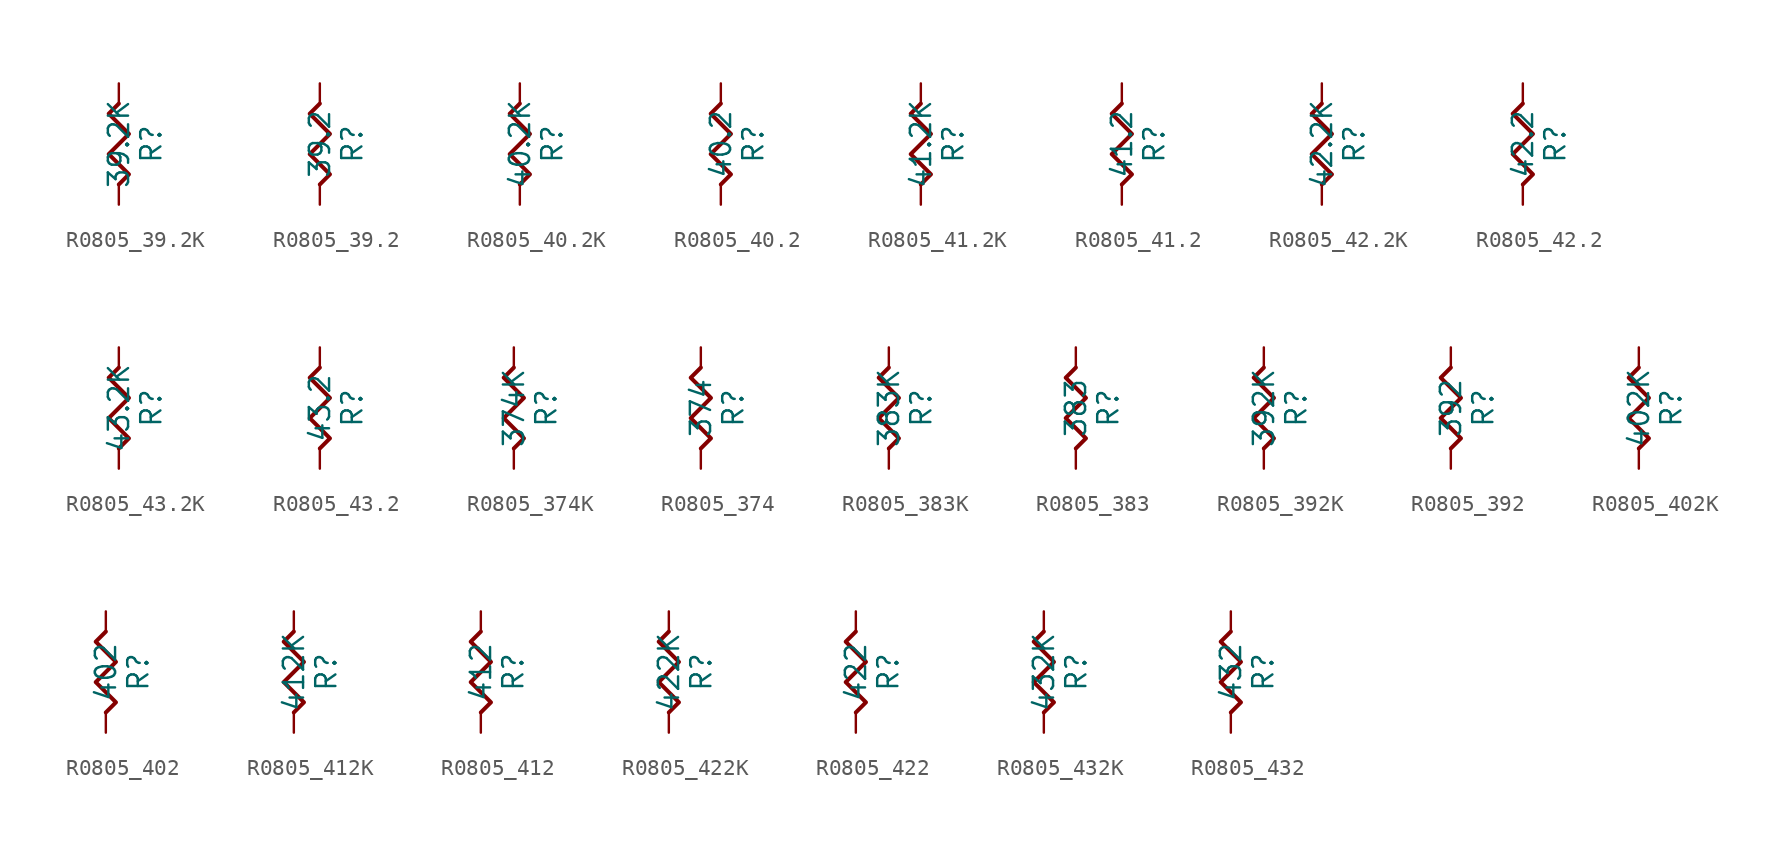
<source format=kicad_sym>
(kicad_symbol_lib
  (version 20211014)
  (generator atlantix-eda)
  (symbol "R0805_39.2K"
    (pin_numbers hide)
    (pin_names
      (offset 0))
    (property "Reference" "R"
      (at 2.032 0 90)
      (effects (font (size 1.27 1.27))))
    (property "Value" "39.2K"
      (at 0 0 90)
      (effects (font (size 1.27 1.27))))
    (symbol "R0805_39.2K_0_1"
      (polyline (pts (xy 0 -2.54) (xy 0.635 -1.905) (xy -0.635 -0.635) (xy 0.635 0.635) (xy -0.635 1.905) (xy 0 2.54)) (stroke (width 0.254) (type default) (color 0 0 0 0)) (fill (type none))))
    (symbol "R0805_39.2K_1_1"
      (pin passive line (at 0 3.81 270) (length 1.27) (name "~" (effects (font (size 1.27 1.27)))) (number "1" (effects (font (size 1.27 1.27)))))
      (pin passive line (at 0 -3.81 90) (length 1.27) (name "~" (effects (font (size 1.27 1.27)))) (number "2" (effects (font (size 1.27 1.27)))))))
  (symbol "R0805_39.2"
    (pin_numbers hide)
    (pin_names
      (offset 0))
    (property "Reference" "R"
      (at 2.032 0 90)
      (effects (font (size 1.27 1.27))))
    (property "Value" "39.2"
      (at 0 0 90)
      (effects (font (size 1.27 1.27))))
    (symbol "R0805_39.2_0_1"
      (polyline (pts (xy 0 -2.54) (xy 0.635 -1.905) (xy -0.635 -0.635) (xy 0.635 0.635) (xy -0.635 1.905) (xy 0 2.54)) (stroke (width 0.254) (type default) (color 0 0 0 0)) (fill (type none))))
    (symbol "R0805_39.2_1_1"
      (pin passive line (at 0 3.81 270) (length 1.27) (name "~" (effects (font (size 1.27 1.27)))) (number "1" (effects (font (size 1.27 1.27)))))
      (pin passive line (at 0 -3.81 90) (length 1.27) (name "~" (effects (font (size 1.27 1.27)))) (number "2" (effects (font (size 1.27 1.27)))))))
  (symbol "R0805_40.2K"
    (pin_numbers hide)
    (pin_names
      (offset 0))
    (property "Reference" "R"
      (at 2.032 0 90)
      (effects (font (size 1.27 1.27))))
    (property "Value" "40.2K"
      (at 0 0 90)
      (effects (font (size 1.27 1.27))))
    (symbol "R0805_40.2K_0_1"
      (polyline (pts (xy 0 -2.54) (xy 0.635 -1.905) (xy -0.635 -0.635) (xy 0.635 0.635) (xy -0.635 1.905) (xy 0 2.54)) (stroke (width 0.254) (type default) (color 0 0 0 0)) (fill (type none))))
    (symbol "R0805_40.2K_1_1"
      (pin passive line (at 0 3.81 270) (length 1.27) (name "~" (effects (font (size 1.27 1.27)))) (number "1" (effects (font (size 1.27 1.27)))))
      (pin passive line (at 0 -3.81 90) (length 1.27) (name "~" (effects (font (size 1.27 1.27)))) (number "2" (effects (font (size 1.27 1.27)))))))
  (symbol "R0805_40.2"
    (pin_numbers hide)
    (pin_names
      (offset 0))
    (property "Reference" "R"
      (at 2.032 0 90)
      (effects (font (size 1.27 1.27))))
    (property "Value" "40.2"
      (at 0 0 90)
      (effects (font (size 1.27 1.27))))
    (symbol "R0805_40.2_0_1"
      (polyline (pts (xy 0 -2.54) (xy 0.635 -1.905) (xy -0.635 -0.635) (xy 0.635 0.635) (xy -0.635 1.905) (xy 0 2.54)) (stroke (width 0.254) (type default) (color 0 0 0 0)) (fill (type none))))
    (symbol "R0805_40.2_1_1"
      (pin passive line (at 0 3.81 270) (length 1.27) (name "~" (effects (font (size 1.27 1.27)))) (number "1" (effects (font (size 1.27 1.27)))))
      (pin passive line (at 0 -3.81 90) (length 1.27) (name "~" (effects (font (size 1.27 1.27)))) (number "2" (effects (font (size 1.27 1.27)))))))
  (symbol "R0805_41.2K"
    (pin_numbers hide)
    (pin_names
      (offset 0))
    (property "Reference" "R"
      (at 2.032 0 90)
      (effects (font (size 1.27 1.27))))
    (property "Value" "41.2K"
      (at 0 0 90)
      (effects (font (size 1.27 1.27))))
    (symbol "R0805_41.2K_0_1"
      (polyline (pts (xy 0 -2.54) (xy 0.635 -1.905) (xy -0.635 -0.635) (xy 0.635 0.635) (xy -0.635 1.905) (xy 0 2.54)) (stroke (width 0.254) (type default) (color 0 0 0 0)) (fill (type none))))
    (symbol "R0805_41.2K_1_1"
      (pin passive line (at 0 3.81 270) (length 1.27) (name "~" (effects (font (size 1.27 1.27)))) (number "1" (effects (font (size 1.27 1.27)))))
      (pin passive line (at 0 -3.81 90) (length 1.27) (name "~" (effects (font (size 1.27 1.27)))) (number "2" (effects (font (size 1.27 1.27)))))))
  (symbol "R0805_41.2"
    (pin_numbers hide)
    (pin_names
      (offset 0))
    (property "Reference" "R"
      (at 2.032 0 90)
      (effects (font (size 1.27 1.27))))
    (property "Value" "41.2"
      (at 0 0 90)
      (effects (font (size 1.27 1.27))))
    (symbol "R0805_41.2_0_1"
      (polyline (pts (xy 0 -2.54) (xy 0.635 -1.905) (xy -0.635 -0.635) (xy 0.635 0.635) (xy -0.635 1.905) (xy 0 2.54)) (stroke (width 0.254) (type default) (color 0 0 0 0)) (fill (type none))))
    (symbol "R0805_41.2_1_1"
      (pin passive line (at 0 3.81 270) (length 1.27) (name "~" (effects (font (size 1.27 1.27)))) (number "1" (effects (font (size 1.27 1.27)))))
      (pin passive line (at 0 -3.81 90) (length 1.27) (name "~" (effects (font (size 1.27 1.27)))) (number "2" (effects (font (size 1.27 1.27)))))))
  (symbol "R0805_42.2K"
    (pin_numbers hide)
    (pin_names
      (offset 0))
    (property "Reference" "R"
      (at 2.032 0 90)
      (effects (font (size 1.27 1.27))))
    (property "Value" "42.2K"
      (at 0 0 90)
      (effects (font (size 1.27 1.27))))
    (symbol "R0805_42.2K_0_1"
      (polyline (pts (xy 0 -2.54) (xy 0.635 -1.905) (xy -0.635 -0.635) (xy 0.635 0.635) (xy -0.635 1.905) (xy 0 2.54)) (stroke (width 0.254) (type default) (color 0 0 0 0)) (fill (type none))))
    (symbol "R0805_42.2K_1_1"
      (pin passive line (at 0 3.81 270) (length 1.27) (name "~" (effects (font (size 1.27 1.27)))) (number "1" (effects (font (size 1.27 1.27)))))
      (pin passive line (at 0 -3.81 90) (length 1.27) (name "~" (effects (font (size 1.27 1.27)))) (number "2" (effects (font (size 1.27 1.27)))))))
  (symbol "R0805_42.2"
    (pin_numbers hide)
    (pin_names
      (offset 0))
    (property "Reference" "R"
      (at 2.032 0 90)
      (effects (font (size 1.27 1.27))))
    (property "Value" "42.2"
      (at 0 0 90)
      (effects (font (size 1.27 1.27))))
    (symbol "R0805_42.2_0_1"
      (polyline (pts (xy 0 -2.54) (xy 0.635 -1.905) (xy -0.635 -0.635) (xy 0.635 0.635) (xy -0.635 1.905) (xy 0 2.54)) (stroke (width 0.254) (type default) (color 0 0 0 0)) (fill (type none))))
    (symbol "R0805_42.2_1_1"
      (pin passive line (at 0 3.81 270) (length 1.27) (name "~" (effects (font (size 1.27 1.27)))) (number "1" (effects (font (size 1.27 1.27)))))
      (pin passive line (at 0 -3.81 90) (length 1.27) (name "~" (effects (font (size 1.27 1.27)))) (number "2" (effects (font (size 1.27 1.27)))))))
  (symbol "R0805_43.2K"
    (pin_numbers hide)
    (pin_names
      (offset 0))
    (property "Reference" "R"
      (at 2.032 0 90)
      (effects (font (size 1.27 1.27))))
    (property "Value" "43.2K"
      (at 0 0 90)
      (effects (font (size 1.27 1.27))))
    (symbol "R0805_43.2K_0_1"
      (polyline (pts (xy 0 -2.54) (xy 0.635 -1.905) (xy -0.635 -0.635) (xy 0.635 0.635) (xy -0.635 1.905) (xy 0 2.54)) (stroke (width 0.254) (type default) (color 0 0 0 0)) (fill (type none))))
    (symbol "R0805_43.2K_1_1"
      (pin passive line (at 0 3.81 270) (length 1.27) (name "~" (effects (font (size 1.27 1.27)))) (number "1" (effects (font (size 1.27 1.27)))))
      (pin passive line (at 0 -3.81 90) (length 1.27) (name "~" (effects (font (size 1.27 1.27)))) (number "2" (effects (font (size 1.27 1.27)))))))
  (symbol "R0805_43.2"
    (pin_numbers hide)
    (pin_names
      (offset 0))
    (property "Reference" "R"
      (at 2.032 0 90)
      (effects (font (size 1.27 1.27))))
    (property "Value" "43.2"
      (at 0 0 90)
      (effects (font (size 1.27 1.27))))
    (symbol "R0805_43.2_0_1"
      (polyline (pts (xy 0 -2.54) (xy 0.635 -1.905) (xy -0.635 -0.635) (xy 0.635 0.635) (xy -0.635 1.905) (xy 0 2.54)) (stroke (width 0.254) (type default) (color 0 0 0 0)) (fill (type none))))
    (symbol "R0805_43.2_1_1"
      (pin passive line (at 0 3.81 270) (length 1.27) (name "~" (effects (font (size 1.27 1.27)))) (number "1" (effects (font (size 1.27 1.27)))))
      (pin passive line (at 0 -3.81 90) (length 1.27) (name "~" (effects (font (size 1.27 1.27)))) (number "2" (effects (font (size 1.27 1.27)))))))
  (symbol "R0805_374K"
    (pin_numbers hide)
    (pin_names
      (offset 0))
    (property "Reference" "R"
      (at 2.032 0 90)
      (effects (font (size 1.27 1.27))))
    (property "Value" "374K"
      (at 0 0 90)
      (effects (font (size 1.27 1.27))))
    (symbol "R0805_374K_0_1"
      (polyline (pts (xy 0 -2.54) (xy 0.635 -1.905) (xy -0.635 -0.635) (xy 0.635 0.635) (xy -0.635 1.905) (xy 0 2.54)) (stroke (width 0.254) (type default) (color 0 0 0 0)) (fill (type none))))
    (symbol "R0805_374K_1_1"
      (pin passive line (at 0 3.81 270) (length 1.27) (name "~" (effects (font (size 1.27 1.27)))) (number "1" (effects (font (size 1.27 1.27)))))
      (pin passive line (at 0 -3.81 90) (length 1.27) (name "~" (effects (font (size 1.27 1.27)))) (number "2" (effects (font (size 1.27 1.27)))))))
  (symbol "R0805_374"
    (pin_numbers hide)
    (pin_names
      (offset 0))
    (property "Reference" "R"
      (at 2.032 0 90)
      (effects (font (size 1.27 1.27))))
    (property "Value" "374"
      (at 0 0 90)
      (effects (font (size 1.27 1.27))))
    (symbol "R0805_374_0_1"
      (polyline (pts (xy 0 -2.54) (xy 0.635 -1.905) (xy -0.635 -0.635) (xy 0.635 0.635) (xy -0.635 1.905) (xy 0 2.54)) (stroke (width 0.254) (type default) (color 0 0 0 0)) (fill (type none))))
    (symbol "R0805_374_1_1"
      (pin passive line (at 0 3.81 270) (length 1.27) (name "~" (effects (font (size 1.27 1.27)))) (number "1" (effects (font (size 1.27 1.27)))))
      (pin passive line (at 0 -3.81 90) (length 1.27) (name "~" (effects (font (size 1.27 1.27)))) (number "2" (effects (font (size 1.27 1.27)))))))
  (symbol "R0805_383K"
    (pin_numbers hide)
    (pin_names
      (offset 0))
    (property "Reference" "R"
      (at 2.032 0 90)
      (effects (font (size 1.27 1.27))))
    (property "Value" "383K"
      (at 0 0 90)
      (effects (font (size 1.27 1.27))))
    (symbol "R0805_383K_0_1"
      (polyline (pts (xy 0 -2.54) (xy 0.635 -1.905) (xy -0.635 -0.635) (xy 0.635 0.635) (xy -0.635 1.905) (xy 0 2.54)) (stroke (width 0.254) (type default) (color 0 0 0 0)) (fill (type none))))
    (symbol "R0805_383K_1_1"
      (pin passive line (at 0 3.81 270) (length 1.27) (name "~" (effects (font (size 1.27 1.27)))) (number "1" (effects (font (size 1.27 1.27)))))
      (pin passive line (at 0 -3.81 90) (length 1.27) (name "~" (effects (font (size 1.27 1.27)))) (number "2" (effects (font (size 1.27 1.27)))))))
  (symbol "R0805_383"
    (pin_numbers hide)
    (pin_names
      (offset 0))
    (property "Reference" "R"
      (at 2.032 0 90)
      (effects (font (size 1.27 1.27))))
    (property "Value" "383"
      (at 0 0 90)
      (effects (font (size 1.27 1.27))))
    (symbol "R0805_383_0_1"
      (polyline (pts (xy 0 -2.54) (xy 0.635 -1.905) (xy -0.635 -0.635) (xy 0.635 0.635) (xy -0.635 1.905) (xy 0 2.54)) (stroke (width 0.254) (type default) (color 0 0 0 0)) (fill (type none))))
    (symbol "R0805_383_1_1"
      (pin passive line (at 0 3.81 270) (length 1.27) (name "~" (effects (font (size 1.27 1.27)))) (number "1" (effects (font (size 1.27 1.27)))))
      (pin passive line (at 0 -3.81 90) (length 1.27) (name "~" (effects (font (size 1.27 1.27)))) (number "2" (effects (font (size 1.27 1.27)))))))
  (symbol "R0805_392K"
    (pin_numbers hide)
    (pin_names
      (offset 0))
    (property "Reference" "R"
      (at 2.032 0 90)
      (effects (font (size 1.27 1.27))))
    (property "Value" "392K"
      (at 0 0 90)
      (effects (font (size 1.27 1.27))))
    (symbol "R0805_392K_0_1"
      (polyline (pts (xy 0 -2.54) (xy 0.635 -1.905) (xy -0.635 -0.635) (xy 0.635 0.635) (xy -0.635 1.905) (xy 0 2.54)) (stroke (width 0.254) (type default) (color 0 0 0 0)) (fill (type none))))
    (symbol "R0805_392K_1_1"
      (pin passive line (at 0 3.81 270) (length 1.27) (name "~" (effects (font (size 1.27 1.27)))) (number "1" (effects (font (size 1.27 1.27)))))
      (pin passive line (at 0 -3.81 90) (length 1.27) (name "~" (effects (font (size 1.27 1.27)))) (number "2" (effects (font (size 1.27 1.27)))))))
  (symbol "R0805_392"
    (pin_numbers hide)
    (pin_names
      (offset 0))
    (property "Reference" "R"
      (at 2.032 0 90)
      (effects (font (size 1.27 1.27))))
    (property "Value" "392"
      (at 0 0 90)
      (effects (font (size 1.27 1.27))))
    (symbol "R0805_392_0_1"
      (polyline (pts (xy 0 -2.54) (xy 0.635 -1.905) (xy -0.635 -0.635) (xy 0.635 0.635) (xy -0.635 1.905) (xy 0 2.54)) (stroke (width 0.254) (type default) (color 0 0 0 0)) (fill (type none))))
    (symbol "R0805_392_1_1"
      (pin passive line (at 0 3.81 270) (length 1.27) (name "~" (effects (font (size 1.27 1.27)))) (number "1" (effects (font (size 1.27 1.27)))))
      (pin passive line (at 0 -3.81 90) (length 1.27) (name "~" (effects (font (size 1.27 1.27)))) (number "2" (effects (font (size 1.27 1.27)))))))
  (symbol "R0805_402K"
    (pin_numbers hide)
    (pin_names
      (offset 0))
    (property "Reference" "R"
      (at 2.032 0 90)
      (effects (font (size 1.27 1.27))))
    (property "Value" "402K"
      (at 0 0 90)
      (effects (font (size 1.27 1.27))))
    (symbol "R0805_402K_0_1"
      (polyline (pts (xy 0 -2.54) (xy 0.635 -1.905) (xy -0.635 -0.635) (xy 0.635 0.635) (xy -0.635 1.905) (xy 0 2.54)) (stroke (width 0.254) (type default) (color 0 0 0 0)) (fill (type none))))
    (symbol "R0805_402K_1_1"
      (pin passive line (at 0 3.81 270) (length 1.27) (name "~" (effects (font (size 1.27 1.27)))) (number "1" (effects (font (size 1.27 1.27)))))
      (pin passive line (at 0 -3.81 90) (length 1.27) (name "~" (effects (font (size 1.27 1.27)))) (number "2" (effects (font (size 1.27 1.27)))))))
  (symbol "R0805_402"
    (pin_numbers hide)
    (pin_names
      (offset 0))
    (property "Reference" "R"
      (at 2.032 0 90)
      (effects (font (size 1.27 1.27))))
    (property "Value" "402"
      (at 0 0 90)
      (effects (font (size 1.27 1.27))))
    (symbol "R0805_402_0_1"
      (polyline (pts (xy 0 -2.54) (xy 0.635 -1.905) (xy -0.635 -0.635) (xy 0.635 0.635) (xy -0.635 1.905) (xy 0 2.54)) (stroke (width 0.254) (type default) (color 0 0 0 0)) (fill (type none))))
    (symbol "R0805_402_1_1"
      (pin passive line (at 0 3.81 270) (length 1.27) (name "~" (effects (font (size 1.27 1.27)))) (number "1" (effects (font (size 1.27 1.27)))))
      (pin passive line (at 0 -3.81 90) (length 1.27) (name "~" (effects (font (size 1.27 1.27)))) (number "2" (effects (font (size 1.27 1.27)))))))
  (symbol "R0805_412K"
    (pin_numbers hide)
    (pin_names
      (offset 0))
    (property "Reference" "R"
      (at 2.032 0 90)
      (effects (font (size 1.27 1.27))))
    (property "Value" "412K"
      (at 0 0 90)
      (effects (font (size 1.27 1.27))))
    (symbol "R0805_412K_0_1"
      (polyline (pts (xy 0 -2.54) (xy 0.635 -1.905) (xy -0.635 -0.635) (xy 0.635 0.635) (xy -0.635 1.905) (xy 0 2.54)) (stroke (width 0.254) (type default) (color 0 0 0 0)) (fill (type none))))
    (symbol "R0805_412K_1_1"
      (pin passive line (at 0 3.81 270) (length 1.27) (name "~" (effects (font (size 1.27 1.27)))) (number "1" (effects (font (size 1.27 1.27)))))
      (pin passive line (at 0 -3.81 90) (length 1.27) (name "~" (effects (font (size 1.27 1.27)))) (number "2" (effects (font (size 1.27 1.27)))))))
  (symbol "R0805_412"
    (pin_numbers hide)
    (pin_names
      (offset 0))
    (property "Reference" "R"
      (at 2.032 0 90)
      (effects (font (size 1.27 1.27))))
    (property "Value" "412"
      (at 0 0 90)
      (effects (font (size 1.27 1.27))))
    (symbol "R0805_412_0_1"
      (polyline (pts (xy 0 -2.54) (xy 0.635 -1.905) (xy -0.635 -0.635) (xy 0.635 0.635) (xy -0.635 1.905) (xy 0 2.54)) (stroke (width 0.254) (type default) (color 0 0 0 0)) (fill (type none))))
    (symbol "R0805_412_1_1"
      (pin passive line (at 0 3.81 270) (length 1.27) (name "~" (effects (font (size 1.27 1.27)))) (number "1" (effects (font (size 1.27 1.27)))))
      (pin passive line (at 0 -3.81 90) (length 1.27) (name "~" (effects (font (size 1.27 1.27)))) (number "2" (effects (font (size 1.27 1.27)))))))
  (symbol "R0805_422K"
    (pin_numbers hide)
    (pin_names
      (offset 0))
    (property "Reference" "R"
      (at 2.032 0 90)
      (effects (font (size 1.27 1.27))))
    (property "Value" "422K"
      (at 0 0 90)
      (effects (font (size 1.27 1.27))))
    (symbol "R0805_422K_0_1"
      (polyline (pts (xy 0 -2.54) (xy 0.635 -1.905) (xy -0.635 -0.635) (xy 0.635 0.635) (xy -0.635 1.905) (xy 0 2.54)) (stroke (width 0.254) (type default) (color 0 0 0 0)) (fill (type none))))
    (symbol "R0805_422K_1_1"
      (pin passive line (at 0 3.81 270) (length 1.27) (name "~" (effects (font (size 1.27 1.27)))) (number "1" (effects (font (size 1.27 1.27)))))
      (pin passive line (at 0 -3.81 90) (length 1.27) (name "~" (effects (font (size 1.27 1.27)))) (number "2" (effects (font (size 1.27 1.27)))))))
  (symbol "R0805_422"
    (pin_numbers hide)
    (pin_names
      (offset 0))
    (property "Reference" "R"
      (at 2.032 0 90)
      (effects (font (size 1.27 1.27))))
    (property "Value" "422"
      (at 0 0 90)
      (effects (font (size 1.27 1.27))))
    (symbol "R0805_422_0_1"
      (polyline (pts (xy 0 -2.54) (xy 0.635 -1.905) (xy -0.635 -0.635) (xy 0.635 0.635) (xy -0.635 1.905) (xy 0 2.54)) (stroke (width 0.254) (type default) (color 0 0 0 0)) (fill (type none))))
    (symbol "R0805_422_1_1"
      (pin passive line (at 0 3.81 270) (length 1.27) (name "~" (effects (font (size 1.27 1.27)))) (number "1" (effects (font (size 1.27 1.27)))))
      (pin passive line (at 0 -3.81 90) (length 1.27) (name "~" (effects (font (size 1.27 1.27)))) (number "2" (effects (font (size 1.27 1.27)))))))
  (symbol "R0805_432K"
    (pin_numbers hide)
    (pin_names
      (offset 0))
    (property "Reference" "R"
      (at 2.032 0 90)
      (effects (font (size 1.27 1.27))))
    (property "Value" "432K"
      (at 0 0 90)
      (effects (font (size 1.27 1.27))))
    (symbol "R0805_432K_0_1"
      (polyline (pts (xy 0 -2.54) (xy 0.635 -1.905) (xy -0.635 -0.635) (xy 0.635 0.635) (xy -0.635 1.905) (xy 0 2.54)) (stroke (width 0.254) (type default) (color 0 0 0 0)) (fill (type none))))
    (symbol "R0805_432K_1_1"
      (pin passive line (at 0 3.81 270) (length 1.27) (name "~" (effects (font (size 1.27 1.27)))) (number "1" (effects (font (size 1.27 1.27)))))
      (pin passive line (at 0 -3.81 90) (length 1.27) (name "~" (effects (font (size 1.27 1.27)))) (number "2" (effects (font (size 1.27 1.27)))))))
  (symbol "R0805_432"
    (pin_numbers hide)
    (pin_names
      (offset 0))
    (property "Reference" "R"
      (at 2.032 0 90)
      (effects (font (size 1.27 1.27))))
    (property "Value" "432"
      (at 0 0 90)
      (effects (font (size 1.27 1.27))))
    (symbol "R0805_432_0_1"
      (polyline (pts (xy 0 -2.54) (xy 0.635 -1.905) (xy -0.635 -0.635) (xy 0.635 0.635) (xy -0.635 1.905) (xy 0 2.54)) (stroke (width 0.254) (type default) (color 0 0 0 0)) (fill (type none))))
    (symbol "R0805_432_1_1"
      (pin passive line (at 0 3.81 270) (length 1.27) (name "~" (effects (font (size 1.27 1.27)))) (number "1" (effects (font (size 1.27 1.27)))))
      (pin passive line (at 0 -3.81 90) (length 1.27) (name "~" (effects (font (size 1.27 1.27)))) (number "2" (effects (font (size 1.27 1.27))))))))
</source>
